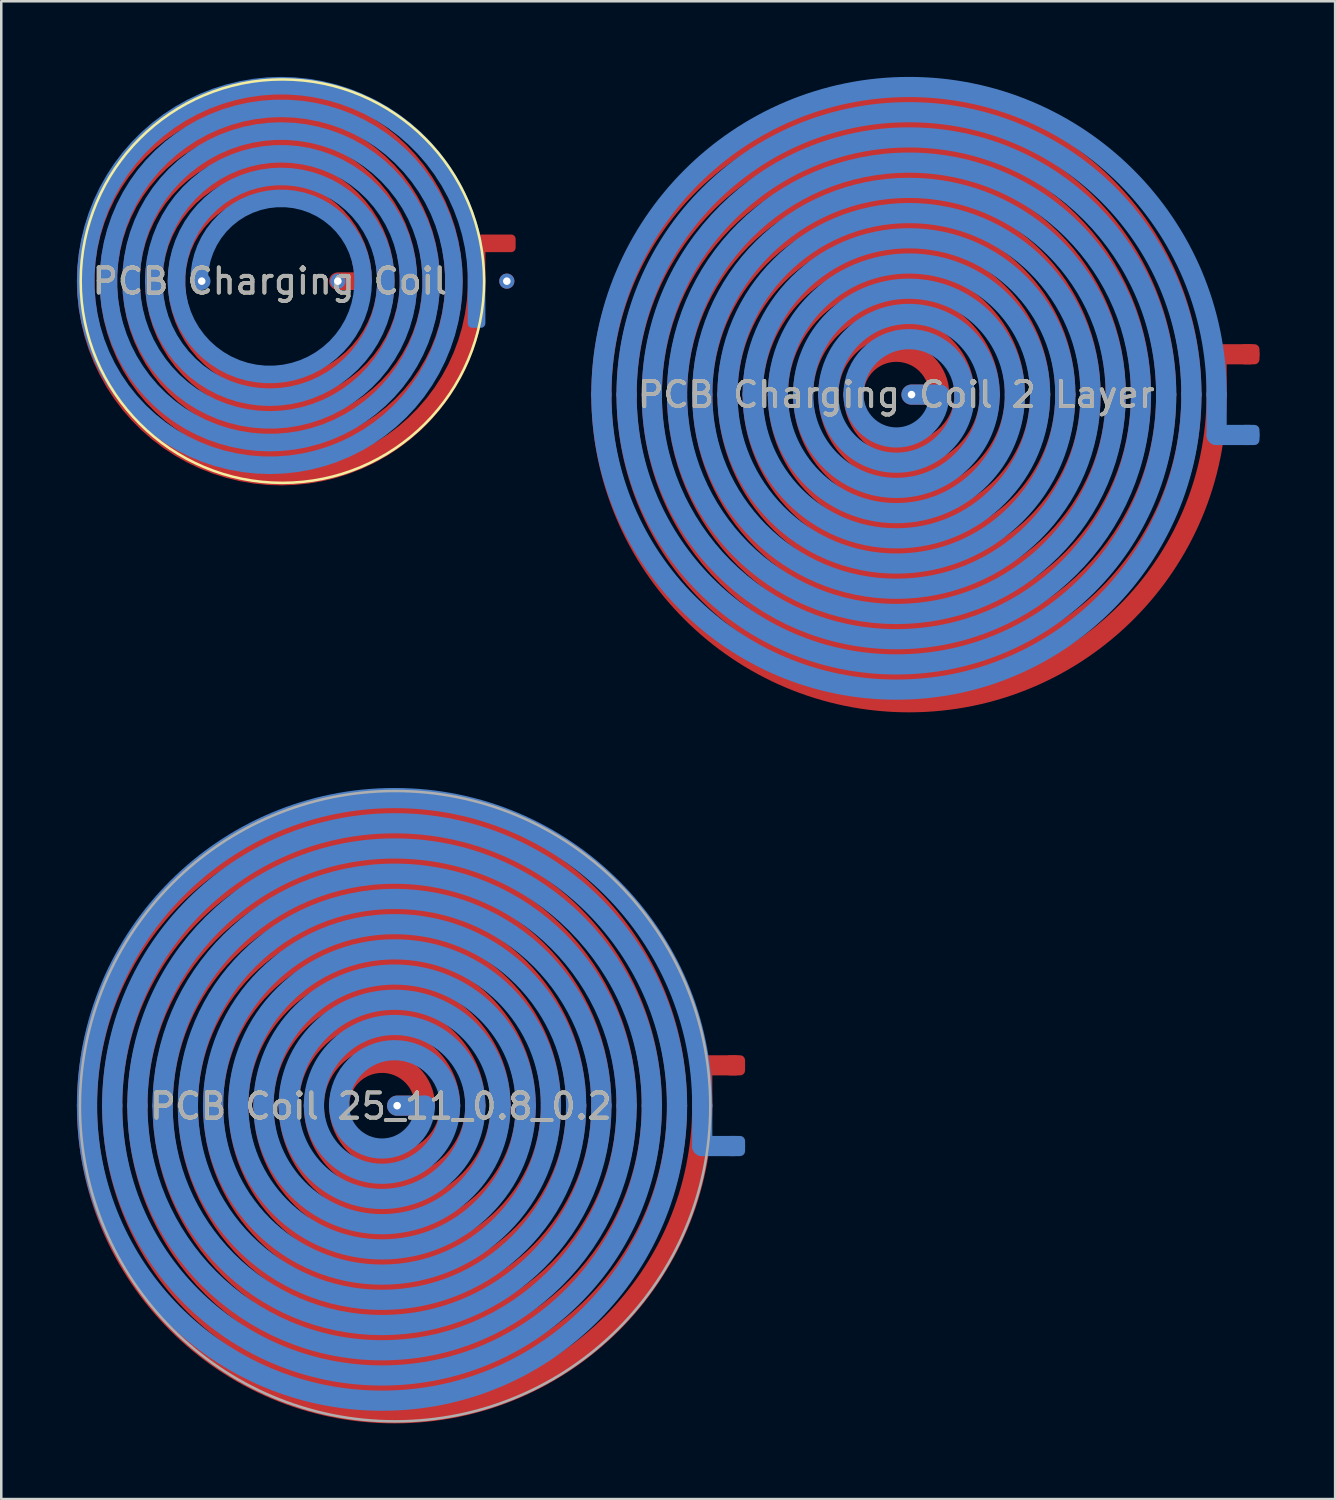
<source format=kicad_pcb>
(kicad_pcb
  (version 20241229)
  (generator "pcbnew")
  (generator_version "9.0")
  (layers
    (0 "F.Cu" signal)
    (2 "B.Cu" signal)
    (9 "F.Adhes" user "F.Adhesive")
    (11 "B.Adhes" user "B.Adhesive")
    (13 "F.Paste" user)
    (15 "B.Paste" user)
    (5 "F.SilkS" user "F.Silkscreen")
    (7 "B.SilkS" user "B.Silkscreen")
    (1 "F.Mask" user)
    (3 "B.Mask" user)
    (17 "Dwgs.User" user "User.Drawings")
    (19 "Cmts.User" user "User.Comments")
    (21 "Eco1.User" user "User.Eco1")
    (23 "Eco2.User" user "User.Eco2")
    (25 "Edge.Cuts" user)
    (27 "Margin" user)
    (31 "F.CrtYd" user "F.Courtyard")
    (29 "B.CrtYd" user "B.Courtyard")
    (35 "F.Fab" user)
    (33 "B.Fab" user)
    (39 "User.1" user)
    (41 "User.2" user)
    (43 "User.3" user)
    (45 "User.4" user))
  (footprint "PCB Charging Coil 2 Layer"
    (layer "F.Cu")
    (at 32.5 12.6)
    (property "Reference" "PCB Charging Coil 2 Layer" (at 0 0 0) (unlocked yes) (layer "F.SilkS") (effects (font (size 1 1) (thickness 0.15))))
    (attr smd exclude_from_pos_files allow_missing_courtyard)
    (fp_line (start 1.7 0) (end 0.6 0) (stroke (width 0.8) (type default)) (layer "F.Cu"))
    (fp_line (start 12.7 -1.6) (end 14 -1.6) (stroke (width 0.8) (type default)) (layer "F.Cu"))
    (fp_line (start 12.7 0) (end 12.7 -1.6) (stroke (width 0.8) (type default)) (layer "F.Cu"))
    (fp_arc (start -11.7 0) (mid 0 -11.7) (end 11.7 0) (stroke (width 0.8) (type default)) (layer "F.Cu"))
    (fp_arc (start -10.7 0) (mid 0 -10.7) (end 10.7 0) (stroke (width 0.8) (type default)) (layer "F.Cu"))
    (fp_arc (start -9.7 0) (mid 0 -9.7) (end 9.7 0) (stroke (width 0.8) (type default)) (layer "F.Cu"))
    (fp_arc (start -8.7 0) (mid 0 -8.7) (end 8.7 0) (stroke (width 0.8) (type default)) (layer "F.Cu"))
    (fp_arc (start -7.7 0) (mid 0 -7.7) (end 7.7 0) (stroke (width 0.8) (type default)) (layer "F.Cu"))
    (fp_arc (start -6.7 0) (mid 0 -6.7) (end 6.7 0) (stroke (width 0.8) (type default)) (layer "F.Cu"))
    (fp_arc (start -5.7 0) (mid 0 -5.7) (end 5.7 0) (stroke (width 0.8) (type default)) (layer "F.Cu"))
    (fp_arc (start -4.7 0) (mid 0 -4.7) (end 4.7 0) (stroke (width 0.8) (type default)) (layer "F.Cu"))
    (fp_arc (start -3.7 0) (mid 0 -3.7) (end 3.7 0) (stroke (width 0.8) (type default)) (layer "F.Cu"))
    (fp_arc (start -2.7 0) (mid 0 -2.7) (end 2.7 0) (stroke (width 0.8) (type default)) (layer "F.Cu"))
    (fp_arc (start -1.7 0) (mid 0 -1.7) (end 1.7 0) (stroke (width 0.8) (type default)) (layer "F.Cu"))
    (fp_arc (start 2.7 0) (mid 0.5 2.2) (end -1.7 0) (stroke (width 0.8) (type default)) (layer "F.Cu"))
    (fp_arc (start 3.7 0) (mid 0.5 3.2) (end -2.7 0) (stroke (width 0.8) (type default)) (layer "F.Cu"))
    (fp_arc (start 4.7 0) (mid 0.5 4.2) (end -3.7 0) (stroke (width 0.8) (type default)) (layer "F.Cu"))
    (fp_arc (start 5.7 0) (mid 0.5 5.2) (end -4.7 0) (stroke (width 0.8) (type default)) (layer "F.Cu"))
    (fp_arc (start 6.7 0) (mid 0.5 6.2) (end -5.7 0) (stroke (width 0.8) (type default)) (layer "F.Cu"))
    (fp_arc (start 7.7 0) (mid 0.5 7.2) (end -6.7 0) (stroke (width 0.8) (type default)) (layer "F.Cu"))
    (fp_arc (start 8.7 0) (mid 0.5 8.2) (end -7.7 0) (stroke (width 0.8) (type default)) (layer "F.Cu"))
    (fp_arc (start 9.7 0) (mid 0.5 9.2) (end -8.7 0) (stroke (width 0.8) (type default)) (layer "F.Cu"))
    (fp_arc (start 10.7 0) (mid 0.5 10.2) (end -9.7 0) (stroke (width 0.8) (type default)) (layer "F.Cu"))
    (fp_arc (start 11.7 0) (mid 0.5 11.2) (end -10.7 0) (stroke (width 0.8) (type default)) (layer "F.Cu"))
    (fp_arc (start 12.7 0) (mid 0.5 12.2) (end -11.7 0) (stroke (width 0.8) (type default)) (layer "F.Cu"))
    (fp_line (start 1.7 0) (end 0.6 0) (stroke (width 0.8) (type default)) (layer "B.Cu"))
    (fp_line (start 12.7 0) (end 12.7 1.6) (stroke (width 0.8) (type default)) (layer "B.Cu"))
    (fp_line (start 12.7 1.6) (end 14 1.6) (stroke (width 0.8) (type default)) (layer "B.Cu"))
    (fp_arc (start -11.7 0) (mid 0.5 -12.2) (end 12.7 0) (stroke (width 0.8) (type default)) (layer "B.Cu"))
    (fp_arc (start -10.7 0) (mid 0.5 -11.2) (end 11.7 0) (stroke (width 0.8) (type default)) (layer "B.Cu"))
    (fp_arc (start -9.7 0) (mid 0.5 -10.2) (end 10.7 0) (stroke (width 0.8) (type default)) (layer "B.Cu"))
    (fp_arc (start -8.7 0) (mid 0.5 -9.2) (end 9.7 0) (stroke (width 0.8) (type default)) (layer "B.Cu"))
    (fp_arc (start -7.7 0) (mid 0.5 -8.2) (end 8.7 0) (stroke (width 0.8) (type default)) (layer "B.Cu"))
    (fp_arc (start -6.7 0) (mid 0.5 -7.2) (end 7.7 0) (stroke (width 0.8) (type default)) (layer "B.Cu"))
    (fp_arc (start -5.7 0) (mid 0.5 -6.2) (end 6.7 0) (stroke (width 0.8) (type default)) (layer "B.Cu"))
    (fp_arc (start -4.7 0) (mid 0.5 -5.2) (end 5.7 0) (stroke (width 0.8) (type default)) (layer "B.Cu"))
    (fp_arc (start -3.7 0) (mid 0.5 -4.2) (end 4.7 0) (stroke (width 0.8) (type default)) (layer "B.Cu"))
    (fp_arc (start -2.7 0) (mid 0.5 -3.2) (end 3.7 0) (stroke (width 0.8) (type default)) (layer "B.Cu"))
    (fp_arc (start -1.7 0) (mid 0.5 -2.2) (end 2.7 0) (stroke (width 0.8) (type default)) (layer "B.Cu"))
    (fp_arc (start 1.7 0) (mid 0 1.7) (end -1.7 0) (stroke (width 0.8) (type default)) (layer "B.Cu"))
    (fp_arc (start 2.7 0) (mid 0 2.7) (end -2.7 0) (stroke (width 0.8) (type default)) (layer "B.Cu"))
    (fp_arc (start 3.7 0) (mid 0 3.7) (end -3.7 0) (stroke (width 0.8) (type default)) (layer "B.Cu"))
    (fp_arc (start 4.7 0) (mid 0 4.7) (end -4.7 0) (stroke (width 0.8) (type default)) (layer "B.Cu"))
    (fp_arc (start 5.7 0) (mid 0 5.7) (end -5.7 0) (stroke (width 0.8) (type default)) (layer "B.Cu"))
    (fp_arc (start 6.7 0) (mid 0 6.7) (end -6.7 0) (stroke (width 0.8) (type default)) (layer "B.Cu"))
    (fp_arc (start 7.7 0) (mid 0 7.7) (end -7.7 0) (stroke (width 0.8) (type default)) (layer "B.Cu"))
    (fp_arc (start 8.7 0) (mid 0 8.7) (end -8.7 0) (stroke (width 0.8) (type default)) (layer "B.Cu"))
    (fp_arc (start 9.7 0) (mid 0 9.7) (end -9.7 0) (stroke (width 0.8) (type default)) (layer "B.Cu"))
    (fp_arc (start 10.7 0) (mid 0 10.7) (end -10.7 0) (stroke (width 0.8) (type default)) (layer "B.Cu"))
    (fp_arc (start 11.7 0) (mid 0 11.7) (end -11.7 0) (stroke (width 0.8) (type default)) (layer "B.Cu"))
    (fp_text user "${REFERENCE}" (at 0 0 0) (unlocked yes) (layer "F.Fab") (effects (font (size 1 1) (thickness 0.15))))
    (pad "0" thru_hole circle (at 0.6 0) (size 0.6 0.6) (drill 0.3) (layers "*.Cu") (remove_unused_layers yes) (keep_end_layers yes) (zone_layer_connections))
    (pad "1" smd roundrect (at 14 -1.6) (size 0.8 0.8) (layers "F.Cu") (roundrect_rratio 0.25))
    (pad "2" smd roundrect (at 14 1.6) (size 0.8 0.8) (layers "B.Cu") (roundrect_rratio 0.25)))
  (footprint "PCB Charging Coil"
    (layer "F.Cu")
    (at 8.15 8.1)
    (property "Reference" "PCB Charging Coil" (at -0.5 0 0) (unlocked yes) (layer "F.SilkS") (effects (font (size 1 1) (thickness 0.15))))
    (attr smd exclude_from_pos_files allow_missing_courtyard)
    (fp_line (start 3.2 0) (end 2.2 0) (stroke (width 0.7) (type default)) (layer "In1.Cu"))
    (fp_line (start 7.7 0) (end 8.9 0) (stroke (width 0.7) (type default)) (layer "In1.Cu"))
    (fp_arc (start -7.8 0) (mid -0.05 -7.75) (end 7.7 0) (stroke (width 0.7) (type default)) (layer "In1.Cu"))
    (fp_arc (start -6.9 0) (mid -0.05 -6.85) (end 6.8 0) (stroke (width 0.7) (type default)) (layer "In1.Cu"))
    (fp_arc (start -6 0) (mid -0.05 -5.95) (end 5.9 0) (stroke (width 0.7) (type default)) (layer "In1.Cu"))
    (fp_arc (start -5.1 0) (mid -0.05 -5.05) (end 5 0) (stroke (width 0.7) (type default)) (layer "In1.Cu"))
    (fp_arc (start -4.2 0) (mid -0.05 -4.15) (end 4.1 0) (stroke (width 0.7) (type default)) (layer "In1.Cu"))
    (fp_arc (start 3.2 0) (mid -0.5 3.7) (end -4.2 0) (stroke (width 0.7) (type default)) (layer "In1.Cu"))
    (fp_arc (start 4.1 0) (mid -0.5 4.6) (end -5.1 0) (stroke (width 0.7) (type default)) (layer "In1.Cu"))
    (fp_arc (start 5 0) (mid -0.5 5.5) (end -6 0) (stroke (width 0.7) (type default)) (layer "In1.Cu"))
    (fp_arc (start 5.9 0) (mid -0.5 6.4) (end -6.9 0) (stroke (width 0.7) (type default)) (layer "In1.Cu"))
    (fp_arc (start 6.8 0) (mid -0.5 7.3) (end -7.8 0) (stroke (width 0.7) (type default)) (layer "In1.Cu"))
    (fp_circle (center 0 0) (end 8 0) (stroke (width 0.1) (type default)) (fill no) (layer "F.SilkS"))
    (fp_line (start -3.3 0) (end -3.2 0) (stroke (width 0.7) (type default)) (layer "In2.Cu"))
    (fp_line (start 7.7 0) (end 8.9 0) (stroke (width 0.7) (type default)) (layer "In2.Cu"))
    (fp_arc (start -7.8 0) (mid -0.5 -7.3) (end 6.8 0) (stroke (width 0.7) (type default)) (layer "In2.Cu"))
    (fp_arc (start -6.9 0) (mid -0.5 -6.4) (end 5.9 0) (stroke (width 0.7) (type default)) (layer "In2.Cu"))
    (fp_arc (start -6 0) (mid -0.5 -5.5) (end 5 0) (stroke (width 0.7) (type default)) (layer "In2.Cu"))
    (fp_arc (start -5.1 0) (mid -0.5 -4.6) (end 4.1 0) (stroke (width 0.7) (type default)) (layer "In2.Cu"))
    (fp_arc (start -4.2 0) (mid -0.5 -3.7) (end 3.2 0) (stroke (width 0.7) (type default)) (layer "In2.Cu"))
    (fp_arc (start 3.2 0) (mid -0.05 3.281303) (end -3.3 0) (stroke (width 0.7) (type default)) (layer "In2.Cu"))
    (fp_arc (start 4.1 0) (mid -0.05 4.15) (end -4.2 0) (stroke (width 0.7) (type default)) (layer "In2.Cu"))
    (fp_arc (start 5 0) (mid -0.05 5.05) (end -5.1 0) (stroke (width 0.7) (type default)) (layer "In2.Cu"))
    (fp_arc (start 5.9 0) (mid -0.05 5.95) (end -6 0) (stroke (width 0.7) (type default)) (layer "In2.Cu"))
    (fp_arc (start 6.8 0) (mid -0.05 6.85) (end -6.9 0) (stroke (width 0.7) (type default)) (layer "In2.Cu"))
    (fp_arc (start 7.7 0) (mid -0.05 7.75) (end -7.8 0) (stroke (width 0.7) (type default)) (layer "In2.Cu"))
    (fp_text user "${REFERENCE}" (at -0.5 0 0) (unlocked yes) (layer "F.Fab") (effects (font (size 1 1) (thickness 0.15))))
    (pad "" thru_hole circle (at -3.2 0) (size 0.6 0.6) (drill 0.3) (layers "*.Cu") (remove_unused_layers yes) (keep_end_layers yes) (zone_layer_connections))
    (pad "" thru_hole circle (at 2.2 0) (size 0.6 0.6) (drill 0.3) (layers "*.Cu") (remove_unused_layers yes) (keep_end_layers yes) (zone_layer_connections))
    (pad "" thru_hole circle (at 8.9 0) (size 0.6 0.6) (drill 0.3) (layers "*.Cu") (remove_unused_layers yes) (keep_end_layers yes) (zone_layer_connections))
    (pad "1" smd custom (at 8.9 -1.5) (size 0.7 0.7) (layers "F.Cu") (options (anchor circle)) (primitives (gr_poly (pts (xy -0.35 -0.175) (xy -0.337 -0.242) (xy -0.299 -0.299) (xy -0.242 -0.337) (xy -0.175 -0.35) (xy 0.175 -0.35) (xy 0.242 -0.337) (xy 0.299 -0.299) (xy 0.337 -0.242) (xy 0.35 -0.175) (xy 0.35 0.175) (xy 0.337 0.242) (xy 0.299 0.299) (xy 0.242 0.337) (xy 0.175 0.35) (xy -0.175 0.35) (xy -0.242 0.337) (xy -0.299 0.299) (xy -0.337 0.242) (xy -0.35 0.175)) (width 0) (fill yes)) (gr_line (start -1.2 0) (end 0 0) (width 0.7)) (gr_line (start -1.2 1.5) (end -1.2 0) (width 0.7)) (gr_arc (start -1.2 1.5) (mid -8.95 9.25) (end -16.7 1.5) (width 0.7)) (gr_arc (start -16.7 1.5) (mid -9.4 -5.8) (end -2.1 1.5) (width 0.7)) (gr_arc (start -2.1 1.5) (mid -8.95 8.35) (end -15.8 1.5) (width 0.7)) (gr_arc (start -15.8 1.5) (mid -9.4 -4.9) (end -3 1.5) (width 0.7)) (gr_arc (start -3 1.5) (mid -8.95 7.45) (end -14.9 1.5) (width 0.7)) (gr_arc (start -14.9 1.5) (mid -9.4 -4) (end -3.9 1.5) (width 0.7)) (gr_arc (start -3.9 1.5) (mid -8.95 6.55) (end -14 1.5) (width 0.7)) (gr_arc (start -14 1.5) (mid -9.4 -3.1) (end -4.8 1.5) (width 0.7)) (gr_arc (start -4.8 1.5) (mid -8.95 5.65) (end -13.1 1.5) (width 0.7)) (gr_arc (start -13.1 1.5) (mid -9.4 -2.2) (end -5.7 1.5) (width 0.7)) (gr_line (start -5.7 1.5) (end -6.7 1.5) (width 0.7))))
    (pad "2" smd custom (at 7.7 1.5) (size 0.7 0.7) (layers "B.Cu") (options (anchor circle)) (primitives (gr_poly (pts (xy -0.35 -0.175) (xy -0.337 -0.242) (xy -0.299 -0.299) (xy -0.242 -0.337) (xy -0.175 -0.35) (xy 0.175 -0.35) (xy 0.242 -0.337) (xy 0.299 -0.299) (xy 0.337 -0.242) (xy 0.35 -0.175) (xy 0.35 0.175) (xy 0.337 0.242) (xy 0.299 0.299) (xy 0.242 0.337) (xy 0.175 0.35) (xy -0.175 0.35) (xy -0.242 0.337) (xy -0.299 0.299) (xy -0.337 0.242) (xy -0.35 0.175)) (width 0) (fill yes)) (gr_line (start 0 -1.5) (end 0 0) (width 0.7)) (gr_arc (start -15.5 -1.5) (mid -7.75 -9.25) (end 0 -1.5) (width 0.7)) (gr_arc (start -0.9 -1.5) (mid -8.2 5.8) (end -15.5 -1.5) (width 0.7)) (gr_arc (start -14.6 -1.5) (mid -7.75 -8.35) (end -0.9 -1.5) (width 0.7)) (gr_arc (start -1.8 -1.5) (mid -8.2 4.9) (end -14.6 -1.5) (width 0.7)) (gr_arc (start -13.7 -1.5) (mid -7.75 -7.45) (end -1.8 -1.5) (width 0.7)) (gr_arc (start -2.7 -1.5) (mid -8.2 4) (end -13.7 -1.5) (width 0.7)) (gr_arc (start -12.8 -1.5) (mid -7.75 -6.55) (end -2.7 -1.5) (width 0.7)) (gr_arc (start -3.6 -1.5) (mid -8.2 3.1) (end -12.8 -1.5) (width 0.7)) (gr_arc (start -11.9 -1.5) (mid -7.75 -5.65) (end -3.6 -1.5) (width 0.7)) (gr_arc (start -4.5 -1.5) (mid -8.2 2.2) (end -11.9 -1.5) (width 0.7)) (gr_arc (start -11 -1.5) (mid -7.75 -4.781303) (end -4.5 -1.5) (width 0.7)) (gr_line (start -11 -1.5) (end -10.9 -1.5) (width 0.7)))))
  (footprint "PCB Coil 25_11_0.8_0.2"
    (layer "F.Cu")
    (at 12.62 40.82)
    (property "Reference" "PCB Coil 25_11_0.8_0.2" (at -0.56 0 0) (unlocked yes) (layer "F.SilkS") (effects (font (size 1 1) (thickness 0.15))))
    (attr smd exclude_from_pos_files allow_missing_courtyard)
    (fp_line (start 1.18 -0.02) (end 0.08 -0.02) (stroke (width 0.8) (type default)) (layer "F.Cu"))
    (fp_line (start 12.18 -1.62) (end 13.48 -1.62) (stroke (width 0.8) (type default)) (layer "F.Cu"))
    (fp_line (start 12.18 -0.02) (end 12.18 -1.62) (stroke (width 0.8) (type default)) (layer "F.Cu"))
    (fp_arc (start -12.22 -0.02) (mid -0.52 -11.72) (end 11.18 -0.02) (stroke (width 0.8) (type default)) (layer "F.Cu"))
    (fp_arc (start -11.22 -0.02) (mid -0.52 -10.72) (end 10.18 -0.02) (stroke (width 0.8) (type default)) (layer "F.Cu"))
    (fp_arc (start -10.22 -0.02) (mid -0.52 -9.72) (end 9.18 -0.02) (stroke (width 0.8) (type default)) (layer "F.Cu"))
    (fp_arc (start -9.22 -0.02) (mid -0.52 -8.72) (end 8.18 -0.02) (stroke (width 0.8) (type default)) (layer "F.Cu"))
    (fp_arc (start -8.22 -0.02) (mid -0.52 -7.72) (end 7.18 -0.02) (stroke (width 0.8) (type default)) (layer "F.Cu"))
    (fp_arc (start -7.22 -0.02) (mid -0.52 -6.72) (end 6.18 -0.02) (stroke (width 0.8) (type default)) (layer "F.Cu"))
    (fp_arc (start -6.22 -0.02) (mid -0.52 -5.72) (end 5.18 -0.02) (stroke (width 0.8) (type default)) (layer "F.Cu"))
    (fp_arc (start -5.22 -0.02) (mid -0.52 -4.72) (end 4.18 -0.02) (stroke (width 0.8) (type default)) (layer "F.Cu"))
    (fp_arc (start -4.22 -0.02) (mid -0.52 -3.72) (end 3.18 -0.02) (stroke (width 0.8) (type default)) (layer "F.Cu"))
    (fp_arc (start -3.22 -0.02) (mid -0.52 -2.72) (end 2.18 -0.02) (stroke (width 0.8) (type default)) (layer "F.Cu"))
    (fp_arc (start -2.22 -0.02) (mid -0.52 -1.72) (end 1.18 -0.02) (stroke (width 0.8) (type default)) (layer "F.Cu"))
    (fp_arc (start 2.18 -0.02) (mid -0.02 2.18) (end -2.22 -0.02) (stroke (width 0.8) (type default)) (layer "F.Cu"))
    (fp_arc (start 3.18 -0.02) (mid -0.02 3.18) (end -3.22 -0.02) (stroke (width 0.8) (type default)) (layer "F.Cu"))
    (fp_arc (start 4.18 -0.02) (mid -0.02 4.18) (end -4.22 -0.02) (stroke (width 0.8) (type default)) (layer "F.Cu"))
    (fp_arc (start 5.18 -0.02) (mid -0.02 5.18) (end -5.22 -0.02) (stroke (width 0.8) (type default)) (layer "F.Cu"))
    (fp_arc (start 6.18 -0.02) (mid -0.02 6.18) (end -6.22 -0.02) (stroke (width 0.8) (type default)) (layer "F.Cu"))
    (fp_arc (start 7.18 -0.02) (mid -0.02 7.18) (end -7.22 -0.02) (stroke (width 0.8) (type default)) (layer "F.Cu"))
    (fp_arc (start 8.18 -0.02) (mid -0.02 8.18) (end -8.22 -0.02) (stroke (width 0.8) (type default)) (layer "F.Cu"))
    (fp_arc (start 9.18 -0.02) (mid -0.02 9.18) (end -9.22 -0.02) (stroke (width 0.8) (type default)) (layer "F.Cu"))
    (fp_arc (start 10.18 -0.02) (mid -0.02 10.18) (end -10.22 -0.02) (stroke (width 0.8) (type default)) (layer "F.Cu"))
    (fp_arc (start 11.18 -0.02) (mid -0.02 11.18) (end -11.22 -0.02) (stroke (width 0.8) (type default)) (layer "F.Cu"))
    (fp_arc (start 12.18 -0.02) (mid -0.02 12.18) (end -12.22 -0.02) (stroke (width 0.8) (type default)) (layer "F.Cu"))
    (fp_line (start 1.18 -0.02) (end 0.08 -0.02) (stroke (width 0.8) (type default)) (layer "B.Cu"))
    (fp_line (start 12.18 -0.02) (end 12.18 1.58) (stroke (width 0.8) (type default)) (layer "B.Cu"))
    (fp_line (start 12.18 1.58) (end 13.48 1.58) (stroke (width 0.8) (type default)) (layer "B.Cu"))
    (fp_arc (start -12.22 -0.02) (mid -0.02 -12.22) (end 12.18 -0.02) (stroke (width 0.8) (type default)) (layer "B.Cu"))
    (fp_arc (start -11.22 -0.02) (mid -0.02 -11.22) (end 11.18 -0.02) (stroke (width 0.8) (type default)) (layer "B.Cu"))
    (fp_arc (start -10.22 -0.02) (mid -0.02 -10.22) (end 10.18 -0.02) (stroke (width 0.8) (type default)) (layer "B.Cu"))
    (fp_arc (start -9.22 -0.02) (mid -0.02 -9.22) (end 9.18 -0.02) (stroke (width 0.8) (type default)) (layer "B.Cu"))
    (fp_arc (start -8.22 -0.02) (mid -0.02 -8.22) (end 8.18 -0.02) (stroke (width 0.8) (type default)) (layer "B.Cu"))
    (fp_arc (start -7.22 -0.02) (mid -0.02 -7.22) (end 7.18 -0.02) (stroke (width 0.8) (type default)) (layer "B.Cu"))
    (fp_arc (start -6.22 -0.02) (mid -0.02 -6.22) (end 6.18 -0.02) (stroke (width 0.8) (type default)) (layer "B.Cu"))
    (fp_arc (start -5.22 -0.02) (mid -0.02 -5.22) (end 5.18 -0.02) (stroke (width 0.8) (type default)) (layer "B.Cu"))
    (fp_arc (start -4.22 -0.02) (mid -0.02 -4.22) (end 4.18 -0.02) (stroke (width 0.8) (type default)) (layer "B.Cu"))
    (fp_arc (start -3.22 -0.02) (mid -0.02 -3.22) (end 3.18 -0.02) (stroke (width 0.8) (type default)) (layer "B.Cu"))
    (fp_arc (start -2.22 -0.02) (mid -0.02 -2.22) (end 2.18 -0.02) (stroke (width 0.8) (type default)) (layer "B.Cu"))
    (fp_arc (start 1.18 -0.02) (mid -0.52 1.68) (end -2.22 -0.02) (stroke (width 0.8) (type default)) (layer "B.Cu"))
    (fp_arc (start 2.18 -0.02) (mid -0.52 2.68) (end -3.22 -0.02) (stroke (width 0.8) (type default)) (layer "B.Cu"))
    (fp_arc (start 3.18 -0.02) (mid -0.52 3.68) (end -4.22 -0.02) (stroke (width 0.8) (type default)) (layer "B.Cu"))
    (fp_arc (start 4.18 -0.02) (mid -0.52 4.68) (end -5.22 -0.02) (stroke (width 0.8) (type default)) (layer "B.Cu"))
    (fp_arc (start 5.18 -0.02) (mid -0.52 5.68) (end -6.22 -0.02) (stroke (width 0.8) (type default)) (layer "B.Cu"))
    (fp_arc (start 6.18 -0.02) (mid -0.52 6.68) (end -7.22 -0.02) (stroke (width 0.8) (type default)) (layer "B.Cu"))
    (fp_arc (start 7.18 -0.02) (mid -0.52 7.68) (end -8.22 -0.02) (stroke (width 0.8) (type default)) (layer "B.Cu"))
    (fp_arc (start 8.18 -0.02) (mid -0.52 8.68) (end -9.22 -0.02) (stroke (width 0.8) (type default)) (layer "B.Cu"))
    (fp_arc (start 9.18 -0.02) (mid -0.52 9.68) (end -10.22 -0.02) (stroke (width 0.8) (type default)) (layer "B.Cu"))
    (fp_arc (start 10.18 -0.02) (mid -0.52 10.68) (end -11.22 -0.02) (stroke (width 0.8) (type default)) (layer "B.Cu"))
    (fp_arc (start 11.18 -0.02) (mid -0.52 11.68) (end -12.22 -0.02) (stroke (width 0.8) (type default)) (layer "B.Cu"))
    (fp_circle (center 0 0) (end 12.5 0) (stroke (width 0.1) (type solid)) (fill no) (layer "F.Fab"))
    (fp_text user "${REFERENCE}" (at -0.56 0 0) (unlocked yes) (layer "F.Fab") (effects (font (size 1 1) (thickness 0.15))))
    (pad "0" thru_hole circle (at 0.08 -0.02) (size 0.6 0.6) (drill 0.3) (layers "*.Cu") (remove_unused_layers yes) (keep_end_layers yes) (zone_layer_connections))
    (pad "1" smd roundrect (at 13.48 -1.62) (size 0.8 0.8) (layers "F.Cu") (roundrect_rratio 0.25))
    (pad "2" smd roundrect (at 13.48 1.58) (size 0.8 0.8) (layers "B.Cu") (roundrect_rratio 0.25)))
  (gr_rect
    (start -3 -3)
    (end 49.9 56.4)
    (stroke (width 0.1) (type default))
    (fill no)
    (layer "Edge.Cuts")))
</source>
